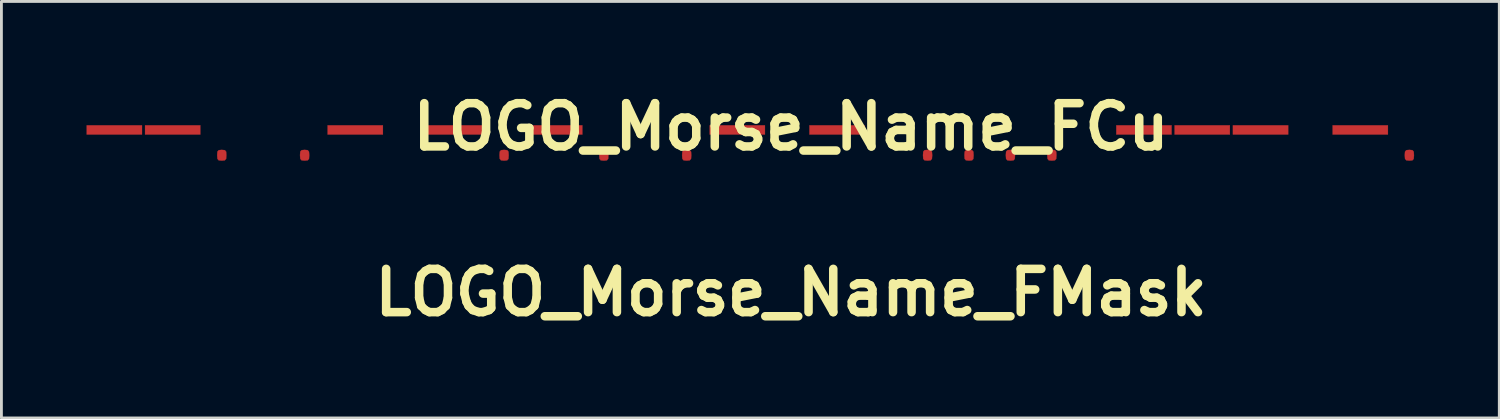
<source format=kicad_pcb>
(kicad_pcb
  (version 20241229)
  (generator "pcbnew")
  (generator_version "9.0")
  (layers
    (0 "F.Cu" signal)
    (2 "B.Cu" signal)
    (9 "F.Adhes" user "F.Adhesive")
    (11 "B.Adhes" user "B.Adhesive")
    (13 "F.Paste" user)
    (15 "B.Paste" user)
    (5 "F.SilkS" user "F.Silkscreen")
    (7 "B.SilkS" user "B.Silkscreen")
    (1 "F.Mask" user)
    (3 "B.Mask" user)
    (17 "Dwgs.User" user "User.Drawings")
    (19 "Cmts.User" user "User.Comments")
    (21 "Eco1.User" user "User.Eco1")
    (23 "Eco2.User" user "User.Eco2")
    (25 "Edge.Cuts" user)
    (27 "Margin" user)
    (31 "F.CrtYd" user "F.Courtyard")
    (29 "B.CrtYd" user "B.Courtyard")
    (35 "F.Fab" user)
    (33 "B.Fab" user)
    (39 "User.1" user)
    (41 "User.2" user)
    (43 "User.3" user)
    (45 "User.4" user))
  (footprint "LOGO_Morse_Name_FCu"
    (layer "F.Cu")
    (at 24.811 1.418)
    (property "Reference" "LOGO_Morse_Name_FCu" (at 0 0 0) (layer "F.SilkS") (effects (font (size 1.524 1.524) (thickness 0.3))))
    (attr through_hole)
    (fp_poly (pts (xy -22.86 0.27) (xy -24.806 0.27) (xy -24.806 -0.054) (xy -22.86 -0.054) (xy -22.86 0.27)) (stroke (width 0.01) (type solid)) (fill yes) (layer "F.Cu"))
    (fp_poly (pts (xy -20.806 0.27) (xy -22.752 0.27) (xy -22.752 -0.054) (xy -20.806 -0.054) (xy -20.806 0.27)) (stroke (width 0.01) (type solid)) (fill yes) (layer "F.Cu"))
    (fp_poly (pts (xy -14.375 0.27) (xy -16.321 0.27) (xy -16.321 -0.054) (xy -14.375 -0.054) (xy -14.375 0.27)) (stroke (width 0.01) (type solid)) (fill yes) (layer "F.Cu"))
    (fp_poly (pts (xy -10.863 0.27) (xy -12.808 0.27) (xy -12.808 -0.054) (xy -10.863 -0.054) (xy -10.863 0.27)) (stroke (width 0.01) (type solid)) (fill yes) (layer "F.Cu"))
    (fp_poly (pts (xy -7.35 0.27) (xy -9.295 0.27) (xy -9.295 -0.054) (xy -7.35 -0.054) (xy -7.35 0.27)) (stroke (width 0.01) (type solid)) (fill yes) (layer "F.Cu"))
    (fp_poly (pts (xy -0.919 0.27) (xy -2.864 0.27) (xy -2.864 -0.054) (xy -0.919 -0.054) (xy -0.919 0.27)) (stroke (width 0.01) (type solid)) (fill yes) (layer "F.Cu"))
    (fp_poly (pts (xy 2.594 0.27) (xy 0.649 0.27) (xy 0.649 -0.054) (xy 2.594 -0.054) (xy 2.594 0.27)) (stroke (width 0.01) (type solid)) (fill yes) (layer "F.Cu"))
    (fp_poly (pts (xy 13.403 0.27) (xy 11.457 0.27) (xy 11.457 -0.054) (xy 13.403 -0.054) (xy 13.403 0.27)) (stroke (width 0.01) (type solid)) (fill yes) (layer "F.Cu"))
    (fp_poly (pts (xy 15.456 0.27) (xy 13.511 0.27) (xy 13.511 -0.054) (xy 15.456 -0.054) (xy 15.456 0.27)) (stroke (width 0.01) (type solid)) (fill yes) (layer "F.Cu"))
    (fp_poly (pts (xy 17.51 0.27) (xy 15.564 0.27) (xy 15.564 -0.054) (xy 17.51 -0.054) (xy 17.51 0.27)) (stroke (width 0.01) (type solid)) (fill yes) (layer "F.Cu"))
    (fp_poly (pts (xy 21.023 0.27) (xy 19.077 0.27) (xy 19.077 -0.054) (xy 21.023 -0.054) (xy 21.023 0.27)) (stroke (width 0.01) (type solid)) (fill yes) (layer "F.Cu"))
    (fp_poly (pts (xy -19.941 0.821) (xy -19.896 0.875) (xy -19.888 1) (xy -19.897 1.127) (xy -19.943 1.179) (xy -20.05 1.189) (xy -20.159 1.178) (xy -20.203 1.125) (xy -20.212 1) (xy -20.203 0.873) (xy -20.157 0.821) (xy -20.05 0.811) (xy -19.941 0.821)) (stroke (width 0.01) (type solid)) (fill yes) (layer "F.Cu"))
    (fp_poly (pts (xy -17.023 0.821) (xy -16.978 0.875) (xy -16.969 1) (xy -16.978 1.127) (xy -17.024 1.179) (xy -17.131 1.189) (xy -17.24 1.178) (xy -17.285 1.125) (xy -17.294 1) (xy -17.285 0.873) (xy -17.239 0.821) (xy -17.131 0.811) (xy -17.023 0.821)) (stroke (width 0.01) (type solid)) (fill yes) (layer "F.Cu"))
    (fp_poly (pts (xy -9.997 0.821) (xy -9.952 0.875) (xy -9.944 1) (xy -9.953 1.127) (xy -9.999 1.179) (xy -10.106 1.189) (xy -10.215 1.178) (xy -10.26 1.125) (xy -10.268 1) (xy -10.259 0.873) (xy -10.213 0.821) (xy -10.106 0.811) (xy -9.997 0.821)) (stroke (width 0.01) (type solid)) (fill yes) (layer "F.Cu"))
    (fp_poly (pts (xy -6.484 0.821) (xy -6.44 0.875) (xy -6.431 1) (xy -6.44 1.127) (xy -6.486 1.179) (xy -6.593 1.189) (xy -6.702 1.178) (xy -6.747 1.125) (xy -6.755 1) (xy -6.746 0.873) (xy -6.7 0.821) (xy -6.593 0.811) (xy -6.484 0.821)) (stroke (width 0.01) (type solid)) (fill yes) (layer "F.Cu"))
    (fp_poly (pts (xy -3.566 0.821) (xy -3.521 0.875) (xy -3.513 1) (xy -3.522 1.127) (xy -3.568 1.179) (xy -3.675 1.189) (xy -3.784 1.178) (xy -3.828 1.125) (xy -3.837 1) (xy -3.828 0.873) (xy -3.782 0.821) (xy -3.675 0.811) (xy -3.566 0.821)) (stroke (width 0.01) (type solid)) (fill yes) (layer "F.Cu"))
    (fp_poly (pts (xy 4.919 0.821) (xy 4.963 0.875) (xy 4.972 1) (xy 4.963 1.127) (xy 4.917 1.179) (xy 4.81 1.189) (xy 4.701 1.178) (xy 4.656 1.125) (xy 4.648 1) (xy 4.657 0.873) (xy 4.703 0.821) (xy 4.81 0.811) (xy 4.919 0.821)) (stroke (width 0.01) (type solid)) (fill yes) (layer "F.Cu"))
    (fp_poly (pts (xy 6.378 0.821) (xy 6.423 0.875) (xy 6.431 1) (xy 6.422 1.127) (xy 6.376 1.179) (xy 6.269 1.189) (xy 6.16 1.178) (xy 6.115 1.125) (xy 6.107 1) (xy 6.116 0.873) (xy 6.162 0.821) (xy 6.269 0.811) (xy 6.378 0.821)) (stroke (width 0.01) (type solid)) (fill yes) (layer "F.Cu"))
    (fp_poly (pts (xy 7.837 0.821) (xy 7.882 0.875) (xy 7.89 1) (xy 7.881 1.127) (xy 7.835 1.179) (xy 7.728 1.189) (xy 7.619 1.178) (xy 7.574 1.125) (xy 7.566 1) (xy 7.575 0.873) (xy 7.621 0.821) (xy 7.728 0.811) (xy 7.837 0.821)) (stroke (width 0.01) (type solid)) (fill yes) (layer "F.Cu"))
    (fp_poly (pts (xy 9.296 0.821) (xy 9.341 0.875) (xy 9.349 1) (xy 9.34 1.127) (xy 9.294 1.179) (xy 9.187 1.189) (xy 9.078 1.178) (xy 9.034 1.125) (xy 9.025 1) (xy 9.034 0.873) (xy 9.08 0.821) (xy 9.187 0.811) (xy 9.296 0.821)) (stroke (width 0.01) (type solid)) (fill yes) (layer "F.Cu"))
    (fp_poly (pts (xy 21.888 0.821) (xy 21.933 0.875) (xy 21.941 1) (xy 21.932 1.127) (xy 21.886 1.179) (xy 21.779 1.189) (xy 21.67 1.178) (xy 21.626 1.125) (xy 21.617 1) (xy 21.626 0.873) (xy 21.672 0.821) (xy 21.779 0.811) (xy 21.888 0.821)) (stroke (width 0.01) (type solid)) (fill yes) (layer "F.Cu")))
  (footprint "LOGO_Morse_Name_FMask"
    (layer "F.Cu")
    (at 24.811 7.254)
    (property "Reference" "LOGO_Morse_Name_FMask" (at 0 0 0) (layer "F.SilkS") (effects (font (size 1.524 1.524) (thickness 0.3))))
    (attr through_hole)
    (fp_poly (pts (xy -22.86 0.27) (xy -24.806 0.27) (xy -24.806 -0.054) (xy -22.86 -0.054) (xy -22.86 0.27)) (stroke (width 0.01) (type solid)) (fill yes) (layer "F.Mask"))
    (fp_poly (pts (xy -20.806 0.27) (xy -22.752 0.27) (xy -22.752 -0.054) (xy -20.806 -0.054) (xy -20.806 0.27)) (stroke (width 0.01) (type solid)) (fill yes) (layer "F.Mask"))
    (fp_poly (pts (xy -14.375 0.27) (xy -16.321 0.27) (xy -16.321 -0.054) (xy -14.375 -0.054) (xy -14.375 0.27)) (stroke (width 0.01) (type solid)) (fill yes) (layer "F.Mask"))
    (fp_poly (pts (xy -10.863 0.27) (xy -12.808 0.27) (xy -12.808 -0.054) (xy -10.863 -0.054) (xy -10.863 0.27)) (stroke (width 0.01) (type solid)) (fill yes) (layer "F.Mask"))
    (fp_poly (pts (xy -7.35 0.27) (xy -9.295 0.27) (xy -9.295 -0.054) (xy -7.35 -0.054) (xy -7.35 0.27)) (stroke (width 0.01) (type solid)) (fill yes) (layer "F.Mask"))
    (fp_poly (pts (xy -0.919 0.27) (xy -2.864 0.27) (xy -2.864 -0.054) (xy -0.919 -0.054) (xy -0.919 0.27)) (stroke (width 0.01) (type solid)) (fill yes) (layer "F.Mask"))
    (fp_poly (pts (xy 2.594 0.27) (xy 0.649 0.27) (xy 0.649 -0.054) (xy 2.594 -0.054) (xy 2.594 0.27)) (stroke (width 0.01) (type solid)) (fill yes) (layer "F.Mask"))
    (fp_poly (pts (xy 13.403 0.27) (xy 11.457 0.27) (xy 11.457 -0.054) (xy 13.403 -0.054) (xy 13.403 0.27)) (stroke (width 0.01) (type solid)) (fill yes) (layer "F.Mask"))
    (fp_poly (pts (xy 15.456 0.27) (xy 13.511 0.27) (xy 13.511 -0.054) (xy 15.456 -0.054) (xy 15.456 0.27)) (stroke (width 0.01) (type solid)) (fill yes) (layer "F.Mask"))
    (fp_poly (pts (xy 17.51 0.27) (xy 15.564 0.27) (xy 15.564 -0.054) (xy 17.51 -0.054) (xy 17.51 0.27)) (stroke (width 0.01) (type solid)) (fill yes) (layer "F.Mask"))
    (fp_poly (pts (xy 21.023 0.27) (xy 19.077 0.27) (xy 19.077 -0.054) (xy 21.023 -0.054) (xy 21.023 0.27)) (stroke (width 0.01) (type solid)) (fill yes) (layer "F.Mask"))
    (fp_poly (pts (xy -19.941 0.821) (xy -19.896 0.875) (xy -19.888 1) (xy -19.897 1.127) (xy -19.943 1.179) (xy -20.05 1.189) (xy -20.159 1.178) (xy -20.203 1.125) (xy -20.212 1) (xy -20.203 0.873) (xy -20.157 0.821) (xy -20.05 0.811) (xy -19.941 0.821)) (stroke (width 0.01) (type solid)) (fill yes) (layer "F.Mask"))
    (fp_poly (pts (xy -17.023 0.821) (xy -16.978 0.875) (xy -16.969 1) (xy -16.978 1.127) (xy -17.024 1.179) (xy -17.131 1.189) (xy -17.24 1.178) (xy -17.285 1.125) (xy -17.294 1) (xy -17.285 0.873) (xy -17.239 0.821) (xy -17.131 0.811) (xy -17.023 0.821)) (stroke (width 0.01) (type solid)) (fill yes) (layer "F.Mask"))
    (fp_poly (pts (xy -9.997 0.821) (xy -9.952 0.875) (xy -9.944 1) (xy -9.953 1.127) (xy -9.999 1.179) (xy -10.106 1.189) (xy -10.215 1.178) (xy -10.26 1.125) (xy -10.268 1) (xy -10.259 0.873) (xy -10.213 0.821) (xy -10.106 0.811) (xy -9.997 0.821)) (stroke (width 0.01) (type solid)) (fill yes) (layer "F.Mask"))
    (fp_poly (pts (xy -6.484 0.821) (xy -6.44 0.875) (xy -6.431 1) (xy -6.44 1.127) (xy -6.486 1.179) (xy -6.593 1.189) (xy -6.702 1.178) (xy -6.747 1.125) (xy -6.755 1) (xy -6.746 0.873) (xy -6.7 0.821) (xy -6.593 0.811) (xy -6.484 0.821)) (stroke (width 0.01) (type solid)) (fill yes) (layer "F.Mask"))
    (fp_poly (pts (xy -3.566 0.821) (xy -3.521 0.875) (xy -3.513 1) (xy -3.522 1.127) (xy -3.568 1.179) (xy -3.675 1.189) (xy -3.784 1.178) (xy -3.828 1.125) (xy -3.837 1) (xy -3.828 0.873) (xy -3.782 0.821) (xy -3.675 0.811) (xy -3.566 0.821)) (stroke (width 0.01) (type solid)) (fill yes) (layer "F.Mask"))
    (fp_poly (pts (xy 4.919 0.821) (xy 4.963 0.875) (xy 4.972 1) (xy 4.963 1.127) (xy 4.917 1.179) (xy 4.81 1.189) (xy 4.701 1.178) (xy 4.656 1.125) (xy 4.648 1) (xy 4.657 0.873) (xy 4.703 0.821) (xy 4.81 0.811) (xy 4.919 0.821)) (stroke (width 0.01) (type solid)) (fill yes) (layer "F.Mask"))
    (fp_poly (pts (xy 6.378 0.821) (xy 6.423 0.875) (xy 6.431 1) (xy 6.422 1.127) (xy 6.376 1.179) (xy 6.269 1.189) (xy 6.16 1.178) (xy 6.115 1.125) (xy 6.107 1) (xy 6.116 0.873) (xy 6.162 0.821) (xy 6.269 0.811) (xy 6.378 0.821)) (stroke (width 0.01) (type solid)) (fill yes) (layer "F.Mask"))
    (fp_poly (pts (xy 7.837 0.821) (xy 7.882 0.875) (xy 7.89 1) (xy 7.881 1.127) (xy 7.835 1.179) (xy 7.728 1.189) (xy 7.619 1.178) (xy 7.574 1.125) (xy 7.566 1) (xy 7.575 0.873) (xy 7.621 0.821) (xy 7.728 0.811) (xy 7.837 0.821)) (stroke (width 0.01) (type solid)) (fill yes) (layer "F.Mask"))
    (fp_poly (pts (xy 9.296 0.821) (xy 9.341 0.875) (xy 9.349 1) (xy 9.34 1.127) (xy 9.294 1.179) (xy 9.187 1.189) (xy 9.078 1.178) (xy 9.034 1.125) (xy 9.025 1) (xy 9.034 0.873) (xy 9.08 0.821) (xy 9.187 0.811) (xy 9.296 0.821)) (stroke (width 0.01) (type solid)) (fill yes) (layer "F.Mask"))
    (fp_poly (pts (xy 21.888 0.821) (xy 21.933 0.875) (xy 21.941 1) (xy 21.932 1.127) (xy 21.886 1.179) (xy 21.779 1.189) (xy 21.67 1.178) (xy 21.626 1.125) (xy 21.617 1) (xy 21.626 0.873) (xy 21.672 0.821) (xy 21.779 0.811) (xy 21.888 0.821)) (stroke (width 0.01) (type solid)) (fill yes) (layer "F.Mask")))
  (gr_rect
    (start -3 -3)
    (end 49.757 11.672)
    (stroke (width 0.1) (type default))
    (fill no)
    (layer "Edge.Cuts")))
</source>
